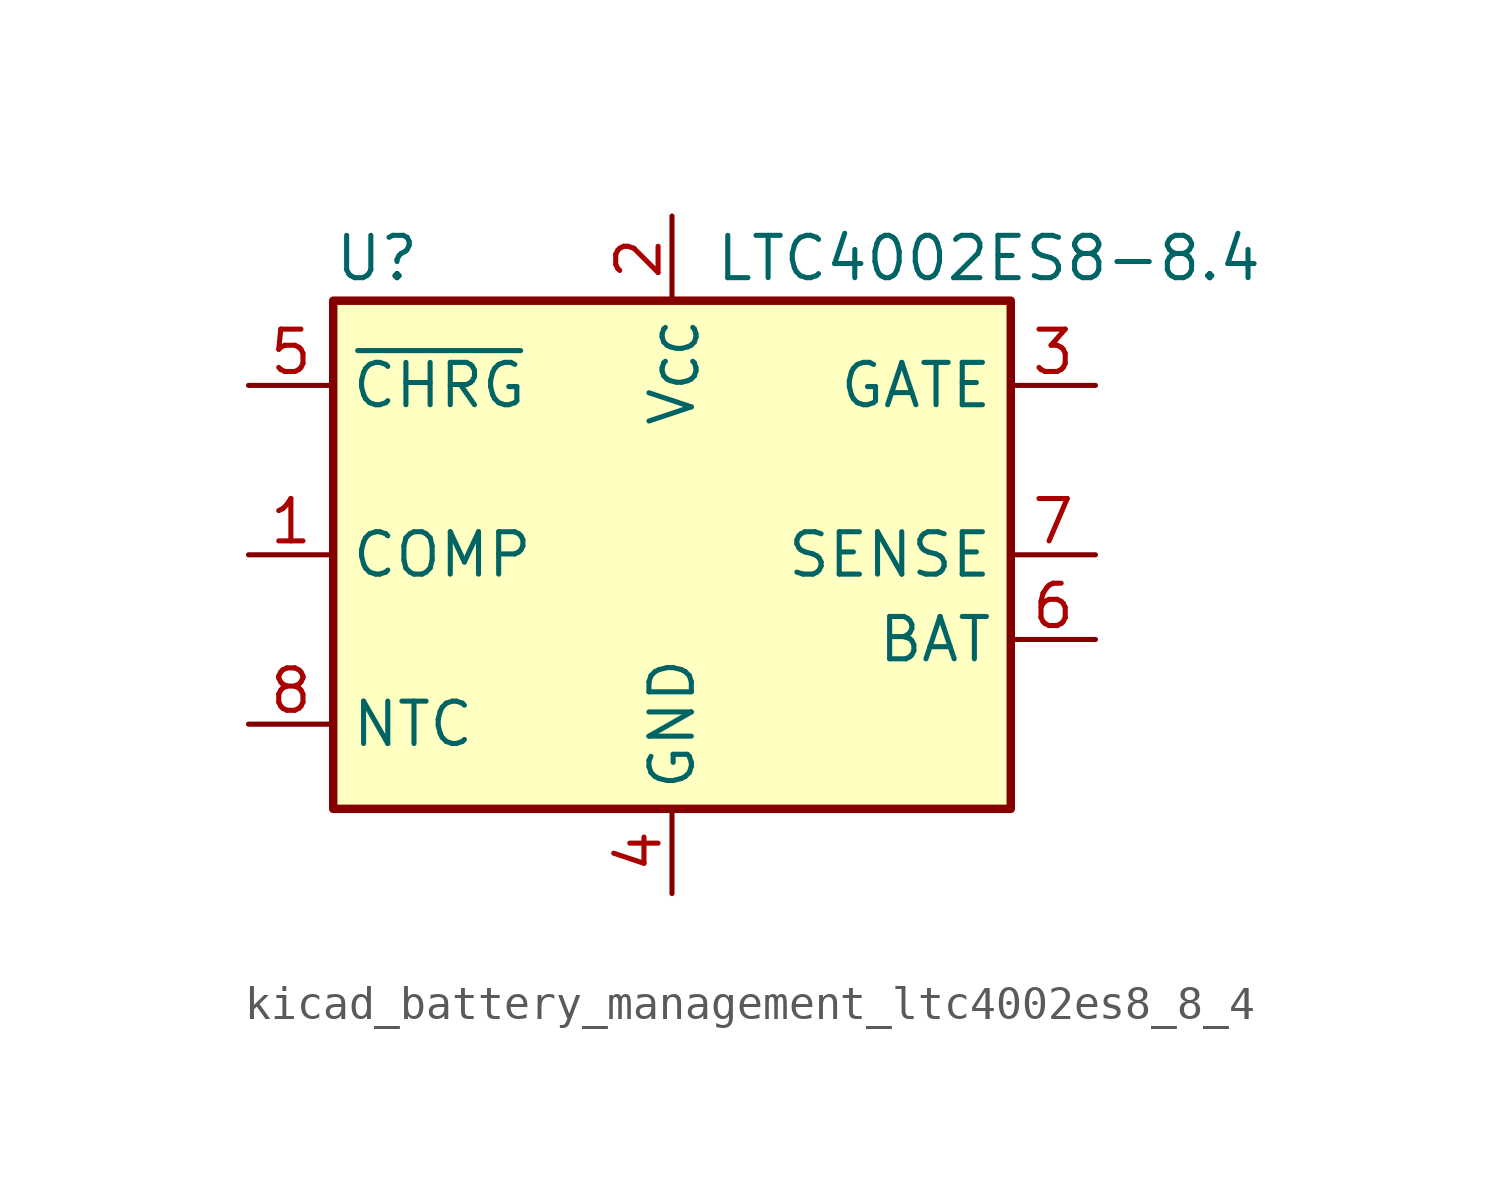
<source format=kicad_sym>
(kicad_symbol_lib
  (version 20220914)
  (generator kicad_symbol_editor)
  (symbol "kicad_battery_management_ltc4002es8_8_4"
    (property "Reference" "U"
      (at -10.16 8.89 0)
      (effects (font (size 1.27 1.27)) (justify left)))
    (property "Value" "LTC4002ES8-8.4"
      (at 1.27 8.89 0)
      (effects (font (size 1.27 1.27)) (justify left)))
    (symbol "kicad_battery_management_ltc4002es8_8_4_0_1"
      (rectangle (start 10.16 -7.62) (end -10.16 7.62) (stroke (width 0.254) (type default)) (fill (type background))))
    (symbol "kicad_battery_management_ltc4002es8_8_4_1_1"
      (pin input line (at -12.7 0 0) (length 2.54) (name "COMP" (effects (font (size 1.27 1.27)))) (number "1" (effects (font (size 1.27 1.27)))))
      (pin power_in line (at 0 10.16 270) (length 2.54) (name "V_{CC}" (effects (font (size 1.27 1.27)))) (number "2" (effects (font (size 1.27 1.27)))))
      (pin output line (at 12.7 5.08 180) (length 2.54) (name "GATE" (effects (font (size 1.27 1.27)))) (number "3" (effects (font (size 1.27 1.27)))))
      (pin power_in line (at 0 -10.16 90) (length 2.54) (name "GND" (effects (font (size 1.27 1.27)))) (number "4" (effects (font (size 1.27 1.27)))))
      (pin open_collector line (at -12.7 5.08 0) (length 2.54) (name "~{CHRG}" (effects (font (size 1.27 1.27)))) (number "5" (effects (font (size 1.27 1.27)))))
      (pin input line (at 12.7 -2.54 180) (length 2.54) (name "BAT" (effects (font (size 1.27 1.27)))) (number "6" (effects (font (size 1.27 1.27)))))
      (pin input line (at 12.7 0 180) (length 2.54) (name "SENSE" (effects (font (size 1.27 1.27)))) (number "7" (effects (font (size 1.27 1.27)))))
      (pin input line (at -12.7 -5.08 0) (length 2.54) (name "NTC" (effects (font (size 1.27 1.27)))) (number "8" (effects (font (size 1.27 1.27))))))))
</source>
